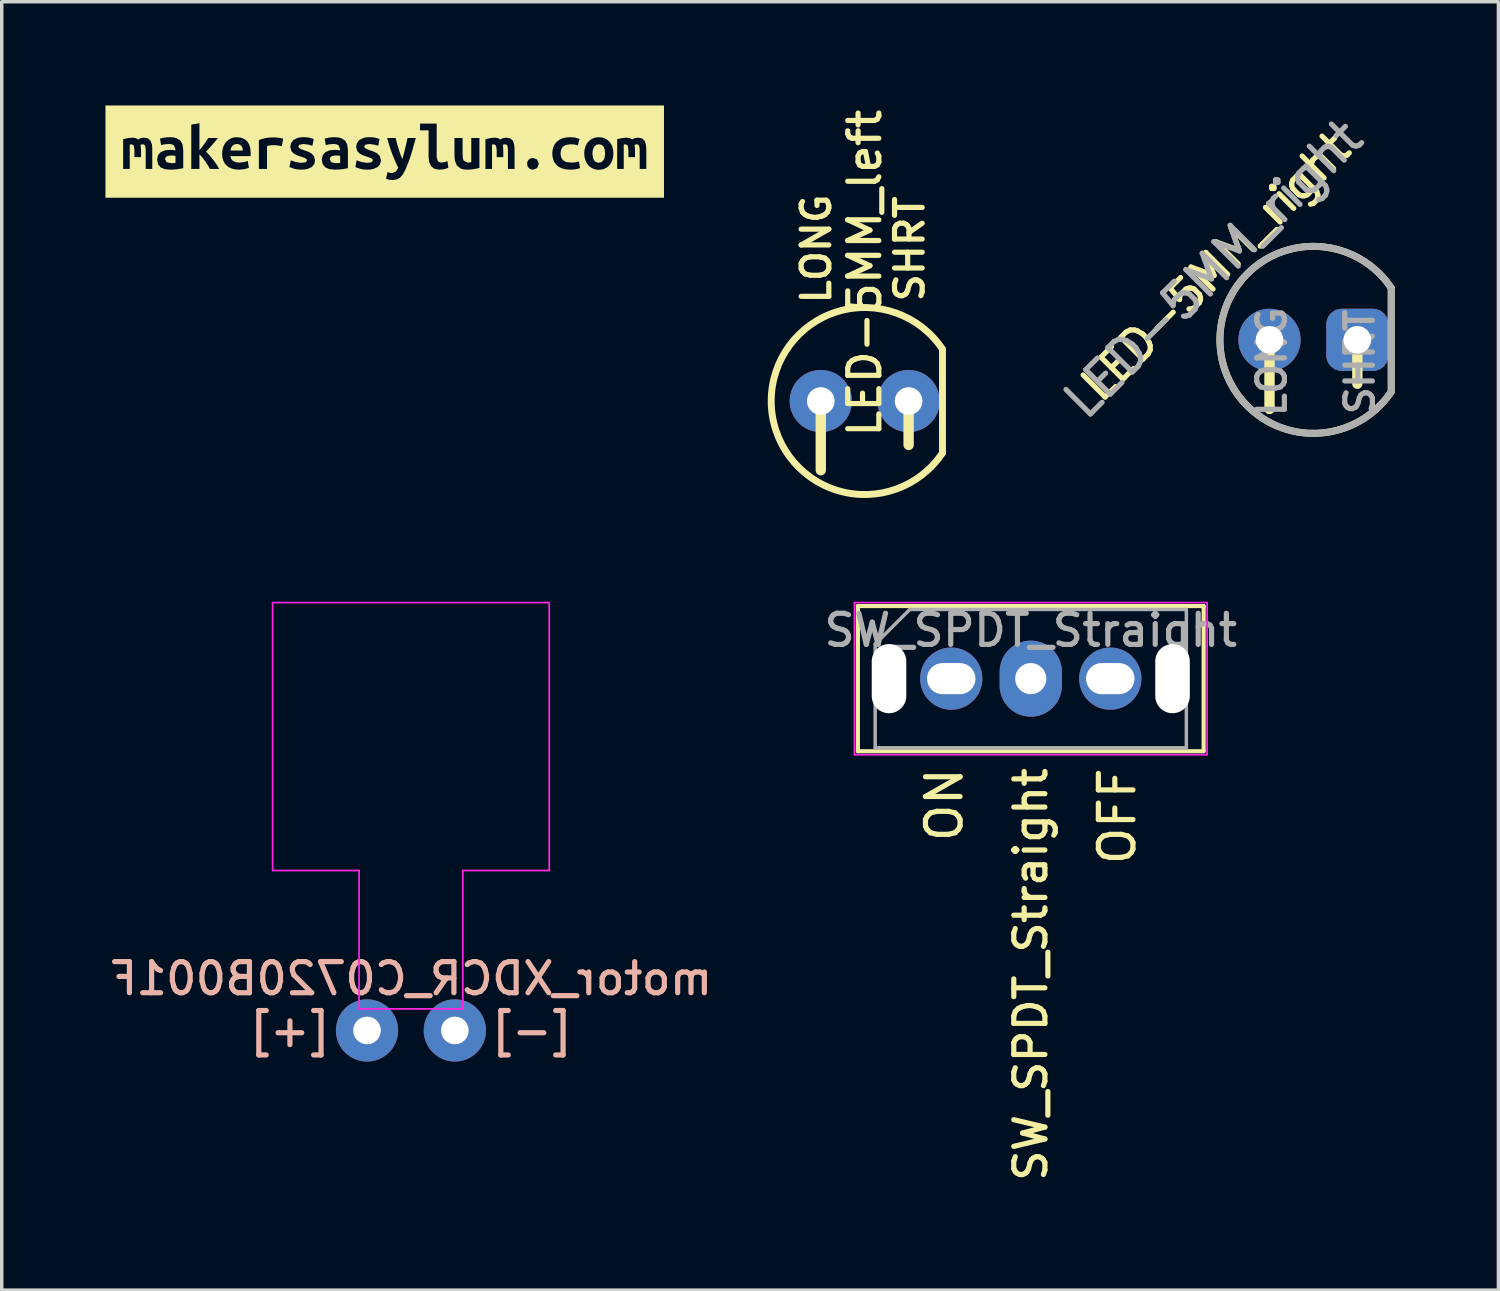
<source format=kicad_pcb>
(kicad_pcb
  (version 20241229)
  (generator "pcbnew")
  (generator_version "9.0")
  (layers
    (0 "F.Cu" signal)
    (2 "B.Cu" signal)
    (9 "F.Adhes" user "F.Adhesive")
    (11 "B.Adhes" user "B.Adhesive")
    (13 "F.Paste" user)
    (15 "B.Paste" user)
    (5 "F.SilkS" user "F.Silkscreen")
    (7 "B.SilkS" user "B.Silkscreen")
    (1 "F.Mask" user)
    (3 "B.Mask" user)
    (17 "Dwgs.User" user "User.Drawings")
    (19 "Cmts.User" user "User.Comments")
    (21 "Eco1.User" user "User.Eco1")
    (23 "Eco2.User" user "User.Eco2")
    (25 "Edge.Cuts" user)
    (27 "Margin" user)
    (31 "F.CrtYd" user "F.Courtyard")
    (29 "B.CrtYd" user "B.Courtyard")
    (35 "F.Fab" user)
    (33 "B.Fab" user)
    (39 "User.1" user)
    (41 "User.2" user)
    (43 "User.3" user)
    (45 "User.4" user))
  (footprint "LED-5MM_right"
    (layer "F.Cu")
    (at 34.937 6.779)
    (property "Reference" "LED-5MM_right" (at -2.828 -2.121 225) (layer "F.SilkS") (effects (font (size 0.9 0.9) (thickness 0.15))))
    (attr through_hole)
    (fp_line (start -1.27 0) (end -1.27 2) (stroke (width 0.3) (type solid)) (layer "F.SilkS"))
    (fp_line (start 1.27 0) (end 1.27 1.27) (stroke (width 0.3) (type solid)) (layer "F.SilkS"))
    (fp_line (start 2.25 -1.5) (end 2.25 1.5) (stroke (width 0.2) (type solid)) (layer "F.SilkS"))
    (fp_arc (start 2.25 1.5) (mid -2.704163 0.000469) (end 2.24948 -1.50078) (stroke (width 0.2) (type solid)) (layer "F.SilkS"))
    (fp_line (start 2.25 -1.5) (end 2.25 1.5) (stroke (width 0.2) (type solid)) (layer "F.Fab"))
    (fp_arc (start 2.25 1.5) (mid -2.704163 0.000469) (end 2.24948 -1.50078) (stroke (width 0.2) (type solid)) (layer "F.Fab"))
    (fp_text user "SHRT" (at 1.344 0.636 90) (layer "F.Fab") (effects (font (size 0.8 0.8) (thickness 0.15))))
    (fp_text user "LONG" (at -1.202 0.636 90) (layer "F.Fab") (effects (font (size 0.8 0.8) (thickness 0.15))))
    (fp_text user "${REFERENCE}" (at -2.899 -2.051 45) (layer "F.Fab") (effects (font (size 1 1) (thickness 0.15))))
    (pad "1" thru_hole circle (at -1.27 0) (size 1.8 1.8) (drill 0.8) (layers "*.Cu" "*.Mask"))
    (pad "2" thru_hole roundrect (at 1.27 0) (size 1.8 1.8) (drill 0.8) (layers "*.Cu" "*.Mask") (roundrect_rratio 0.25)))
  (footprint "SW_SPDT_Straight"
    (layer "F.Cu")
    (at 26.762 16.578)
    (property "Reference" "SW_SPDT_Straight" (at 0 2.5 90) (layer "F.SilkS") (effects (font (size 0.9 0.9) (thickness 0.15)) (justify right)))
    (attr through_hole)
    (fp_line (start -5 -2.1) (end 5 -2.1) (stroke (width 0.12) (type solid)) (layer "F.SilkS"))
    (fp_line (start -5 2.1) (end -5 -2.1) (stroke (width 0.12) (type solid)) (layer "F.SilkS"))
    (fp_line (start 5 -2.1) (end 5 2.1) (stroke (width 0.12) (type solid)) (layer "F.SilkS"))
    (fp_line (start 5 2.1) (end -5 2.1) (stroke (width 0.12) (type solid)) (layer "F.SilkS"))
    (fp_line (start -5.1 -2.2) (end 5.1 -2.2) (stroke (width 0.05) (type solid)) (layer "F.CrtYd"))
    (fp_line (start -5.1 2.2) (end -5.1 -2.2) (stroke (width 0.05) (type solid)) (layer "F.CrtYd"))
    (fp_line (start 5.1 -2.2) (end 5.1 2.2) (stroke (width 0.05) (type solid)) (layer "F.CrtYd"))
    (fp_line (start 5.1 2.2) (end -5.1 2.2) (stroke (width 0.05) (type solid)) (layer "F.CrtYd"))
    (fp_line (start -4.5 2) (end -4.5 -1) (stroke (width 0.1) (type solid)) (layer "F.Fab"))
    (fp_line (start -3.5 -2) (end -4.5 -1) (stroke (width 0.1) (type solid)) (layer "F.Fab"))
    (fp_line (start -3.5 -2) (end 4.5 -2) (stroke (width 0.1) (type solid)) (layer "F.Fab"))
    (fp_line (start 4.5 -2) (end 4.5 2) (stroke (width 0.1) (type solid)) (layer "F.Fab"))
    (fp_line (start 4.5 2) (end -4.5 2) (stroke (width 0.1) (type solid)) (layer "F.Fab"))
    (fp_text user "OFF" (at 2.5 2.5 270) (layer "F.SilkS") (effects (font (size 1 1) (thickness 0.15)) (justify right)))
    (fp_text user "ON" (at -2.5 2.5 270) (layer "F.SilkS") (effects (font (size 1 1) (thickness 0.15)) (justify right)))
    (fp_text user "${REFERENCE}" (at 0 -1.4 0) (layer "F.Fab") (effects (font (size 0.9 0.9) (thickness 0.15))))
    (pad "" np_thru_hole oval (at -4.1 0) (size 1 2) (drill oval 1 2) (layers "*.Cu" "*.Mask"))
    (pad "" np_thru_hole oval (at 4.1 0) (size 1 2) (drill oval 1 2) (layers "*.Cu" "*.Mask"))
    (pad "1" thru_hole oval (at -2.3 0) (size 1.8 1.8) (drill oval 1.4 0.9) (layers "*.Cu" "*.Mask"))
    (pad "2" thru_hole oval (at 0 0) (size 1.8 2.2) (drill 0.9) (layers "*.Cu" "*.Mask"))
    (pad "3" thru_hole oval (at 2.3 0) (size 1.8 1.8) (drill oval 1.4 0.9) (layers "*.Cu" "*.Mask")))
  (footprint "LED-5MM_left"
    (layer "F.Cu")
    (at 21.959 8.549)
    (property "Reference" "LED-5MM_left" (at 0 -3.7 270) (layer "F.SilkS") (effects (font (size 0.9 0.9) (thickness 0.15))))
    (attr through_hole)
    (fp_line (start -1.27 0) (end -1.27 2) (stroke (width 0.3) (type solid)) (layer "F.SilkS"))
    (fp_line (start 1.27 0) (end 1.27 1.27) (stroke (width 0.3) (type solid)) (layer "F.SilkS"))
    (fp_line (start 2.25 -1.5) (end 2.25 1.5) (stroke (width 0.2) (type solid)) (layer "F.SilkS"))
    (fp_arc (start 2.25 1.5) (mid -2.704163 0.000469) (end 2.24948 -1.50078) (stroke (width 0.2) (type solid)) (layer "F.SilkS"))
    (fp_text user "SHRT" (at 1.3 -4.4 90) (layer "F.SilkS") (effects (font (size 0.8 0.8) (thickness 0.15))))
    (fp_text user "LONG" (at -1.4 -4.4 90) (layer "F.SilkS") (effects (font (size 0.8 0.8) (thickness 0.15))))
    (pad "1" thru_hole circle (at -1.27 0) (size 1.8 1.8) (drill 0.8) (layers "*.Cu" "*.Mask"))
    (pad "2" thru_hole circle (at 1.27 0) (size 1.8 1.8) (drill 0.8) (layers "*.Cu" "*.Mask")))
  (footprint "label_website"
    (layer "F.Cu")
    (at 8.077 1.335)
    (property "Reference" "label_website" (at 0 -1.334 0) (layer "F.SilkS") (effects (font (size 0.001 0.001) (thickness 0.000003))))
    (attr exclude_from_pos_files exclude_from_bom)
    (fp_poly (pts (xy -4.103 -0.032) (xy -4.113 -0.102) (xy -4.143 -0.162) (xy -4.197 -0.205) (xy -4.277 -0.221) (xy -4.356 -0.206) (xy -4.411 -0.164) (xy -4.445 -0.103) (xy -4.462 -0.032) (xy -4.103 -0.032)) (stroke (width 0) (type solid)) (fill yes) (layer "F.SilkS"))
    (fp_poly (pts (xy -6.189 0.333) (xy -6.115 0.332) (xy -6.052 0.328) (xy -6.052 0.122) (xy -6.107 0.115) (xy -6.166 0.112) (xy -6.237 0.117) (xy -6.297 0.133) (xy -6.338 0.166) (xy -6.353 0.221) (xy -6.307 0.308) (xy -6.189 0.333)) (stroke (width 0) (type solid)) (fill yes) (layer "F.SilkS"))
    (fp_poly (pts (xy -1.427 0.333) (xy -1.353 0.332) (xy -1.29 0.328) (xy -1.29 0.122) (xy -1.345 0.115) (xy -1.404 0.112) (xy -1.474 0.117) (xy -1.534 0.133) (xy -1.575 0.166) (xy -1.591 0.221) (xy -1.545 0.308) (xy -1.427 0.333)) (stroke (width 0) (type solid)) (fill yes) (layer "F.SilkS"))
    (fp_poly (pts (xy 6.008 0.053) (xy 6.019 0.162) (xy 6.051 0.248) (xy 6.107 0.303) (xy 6.189 0.322) (xy 6.27 0.303) (xy 6.327 0.248) (xy 6.362 0.162) (xy 6.374 0.053) (xy 6.363 -0.055) (xy 6.331 -0.14) (xy 6.275 -0.195) (xy 6.193 -0.213) (xy 6.113 -0.195) (xy 6.055 -0.14) (xy 6.02 -0.055) (xy 6.008 0.053)) (stroke (width 0) (type solid)) (fill yes) (layer "F.SilkS"))
    (fp_poly (pts (xy -7.565 -1.334) (xy -6.967 -0.404) (xy -6.845 -0.381) (xy -6.769 -0.312) (xy -6.732 -0.197) (xy -6.725 -0.122) (xy -6.723 -0.034) (xy -6.467 -0.189) (xy -6.5 -0.377) (xy -6.376 -0.405) (xy -6.295 -0.414) (xy -6.21 -0.417) (xy -6.109 -0.411) (xy -6.026 -0.391) (xy -5.909 -0.319) (xy -5.846 -0.205) (xy -5.827 -0.053) (xy -5.595 0.501) (xy -5.595 -0.781) (xy -5.359 -0.821) (xy -5.359 -0.04) (xy -5.289 -0.125) (xy -5.221 -0.217) (xy -5.157 -0.31) (xy -5.103 -0.394) (xy -4.822 -0.394) (xy -4.9 -0.299) (xy -4.99 -0.194) (xy -5.083 -0.091) (xy -4.703 0.061) (xy -4.694 -0.05) (xy -4.667 -0.147) (xy -4.625 -0.229) (xy -4.572 -0.296) (xy -4.509 -0.349) (xy -4.437 -0.387) (xy -4.36 -0.41) (xy -4.281 -0.417) (xy -4.159 -0.404) (xy -4.059 -0.365) (xy -3.98 -0.3) (xy -3.922 -0.21) (xy -3.888 -0.096) (xy -3.877 0.042) (xy -3.878 0.09) (xy -3.64 0.501) (xy -3.64 -0.335) (xy -3.546 -0.366) (xy -3.449 -0.391) (xy -3.343 -0.406) (xy -3.219 -0.411) (xy -3.165 -0.41) (xy -3.09 -0.403) (xy -3.009 -0.391) (xy -2.936 -0.373) (xy -2.978 -0.156) (xy -3.032 -0.168) (xy -3.096 -0.178) (xy -3.158 -0.185) (xy -3.21 -0.187) (xy -3.307 -0.182) (xy -3.404 -0.164) (xy -2.423 0.324) (xy -2.292 0.311) (xy -2.246 0.261) (xy -2.26 0.219) (xy -2.3 0.19) (xy -2.359 0.166) (xy -2.429 0.143) (xy -2.534 0.108) (xy -2.631 0.057) (xy -2.703 -0.02) (xy -2.732 -0.137) (xy -2.71 -0.245) (xy -2.641 -0.334) (xy -2.522 -0.395) (xy -2.443 -0.412) (xy -2.349 -0.417) (xy -2.264 -0.414) (xy -1.448 -0.417) (xy -1.347 -0.411) (xy -1.264 -0.391) (xy -1.147 -0.319) (xy -1.084 -0.205) (xy -1.065 -0.053) (xy -0.518 0.324) (xy -0.387 0.311) (xy -0.341 0.261) (xy -0.355 0.219) (xy -0.395 0.19) (xy -0.454 0.166) (xy -0.524 0.143) (xy -0.629 0.108) (xy -0.726 0.057) (xy -0.798 -0.02) (xy -0.827 -0.137) (xy -0.805 -0.245) (xy -0.736 -0.334) (xy -0.617 -0.395) (xy -0.538 -0.412) (xy -0.444 -0.417) (xy -0.359 -0.414) (xy -0.281 -0.404) (xy -0.15 -0.366) (xy 0.106 -0.267) (xy 0.07 -0.394) (xy 0.314 -0.394) (xy 0.353 -0.244) (xy 0.376 -0.164) (xy 0.4 -0.084) (xy 0.426 -0.005) (xy 0.452 0.073) (xy 0.509 0.217) (xy 0.549 0.073) (xy 0.569 -0.004) (xy 0.589 -0.083) (xy 0.607 -0.162) (xy 0.626 -0.242) (xy 0.659 -0.394) (xy 0.899 -0.394) (xy 0.864 -0.27) (xy 0.83 -0.148) (xy 0.796 -0.028) (xy 0.76 0.089) (xy 0.723 0.203) (xy 0.683 0.314) (xy 0.64 0.423) (xy 0.594 0.53) (xy 1.439 0.498) (xy 1.343 0.426) (xy 1.287 0.307) (xy 1.269 0.145) (xy 1.269 -0.615) (xy 1.021 -0.615) (xy 1.021 -0.81) (xy 1.503 -0.81) (xy 1.503 0.162) (xy 1.539 0.286) (xy 1.631 0.318) (xy 1.749 0.299) (xy 1.812 0.274) (xy 1.842 0.463) (xy 1.816 0.476) (xy 1.764 0.496) (xy 1.685 0.514) (xy 1.579 0.522) (xy 1.439 0.498) (xy 0.594 0.53) (xy 0.523 0.661) (xy 0.445 0.752) (xy 0.35 0.804) (xy 0.227 0.821) (xy 0.119 0.812) (xy 0.038 0.787) (xy 0.082 0.591) (xy 0.15 0.614) (xy 0.213 0.621) (xy 0.324 0.575) (xy 0.391 0.467) (xy 0.335 0.35) (xy 0.279 0.222) (xy 0.223 0.083) (xy 0.182 -0.028) (xy 0.143 -0.145) (xy 0.106 -0.267) (xy -0.15 -0.366) (xy -0.187 -0.168) (xy -0.288 -0.199) (xy -0.442 -0.221) (xy -0.563 -0.199) (xy -0.594 -0.152) (xy -0.58 -0.115) (xy -0.542 -0.086) (xy -0.487 -0.06) (xy -0.419 -0.036) (xy -0.312 0.002) (xy -0.212 0.054) (xy -0.139 0.134) (xy -0.11 0.253) (xy -0.131 0.358) (xy -0.201 0.444) (xy -0.328 0.501) (xy -0.415 0.517) (xy -0.52 0.522) (xy -0.628 0.515) (xy -0.718 0.495) (xy -0.85 0.448) (xy -0.813 0.251) (xy -0.672 0.301) (xy -0.518 0.324) (xy -1.065 -0.053) (xy -1.065 0.48) (xy -1.217 0.507) (xy -1.324 0.518) (xy -1.444 0.522) (xy -1.599 0.507) (xy -1.718 0.456) (xy -1.795 0.365) (xy -1.821 0.227) (xy -1.791 0.095) (xy -1.709 0.01) (xy -1.591 -0.037) (xy -1.452 -0.051) (xy -1.365 -0.048) (xy -1.29 -0.036) (xy -1.29 -0.065) (xy -1.332 -0.176) (xy -1.389 -0.21) (xy -1.476 -0.221) (xy -1.605 -0.211) (xy -1.705 -0.189) (xy -1.737 -0.377) (xy -1.614 -0.405) (xy -1.532 -0.414) (xy -1.448 -0.417) (xy -2.264 -0.414) (xy -2.186 -0.404) (xy -2.055 -0.366) (xy -2.092 -0.168) (xy -2.193 -0.199) (xy -2.347 -0.221) (xy -2.468 -0.199) (xy -2.499 -0.152) (xy -2.485 -0.115) (xy -2.447 -0.086) (xy -2.392 -0.06) (xy -2.324 -0.036) (xy -2.217 0.002) (xy -2.117 0.054) (xy -2.044 0.134) (xy -2.015 0.253) (xy -2.036 0.358) (xy -2.106 0.444) (xy -2.233 0.501) (xy -2.32 0.517) (xy -2.425 0.522) (xy -2.533 0.515) (xy -2.623 0.495) (xy -2.755 0.448) (xy -2.718 0.251) (xy -2.577 0.301) (xy -2.423 0.324) (xy -3.404 -0.164) (xy -3.404 0.501) (xy -3.64 0.501) (xy -3.878 0.09) (xy -3.88 0.13) (xy -4.462 0.13) (xy -4.443 0.208) (xy -4.389 0.268) (xy -4.306 0.306) (xy -4.202 0.318) (xy -4.068 0.303) (xy -3.96 0.272) (xy -3.928 0.472) (xy -4.058 0.508) (xy -4.212 0.522) (xy -4.32 0.515) (xy -4.417 0.492) (xy -4.501 0.456) (xy -4.571 0.405) (xy -4.627 0.34) (xy -4.669 0.261) (xy -4.695 0.168) (xy -4.703 0.061) (xy -5.083 -0.091) (xy -5.168 0) (xy -5.065 0.11) (xy -5.011 0.175) (xy -4.957 0.242) (xy -4.906 0.311) (xy -4.859 0.379) (xy -4.787 0.501) (xy -5.056 0.501) (xy -5.116 0.393) (xy -5.195 0.275) (xy -5.28 0.165) (xy -5.359 0.078) (xy -5.359 0.501) (xy -5.595 0.501) (xy -5.827 -0.053) (xy -5.827 0.48) (xy -5.98 0.507) (xy -6.087 0.518) (xy -6.206 0.522) (xy -6.362 0.507) (xy -6.481 0.456) (xy -6.557 0.365) (xy -6.584 0.227) (xy -6.553 0.095) (xy -6.471 0.01) (xy -6.353 -0.037) (xy -6.214 -0.051) (xy -6.128 -0.048) (xy -6.052 -0.036) (xy -6.052 -0.065) (xy -6.094 -0.176) (xy -6.151 -0.21) (xy -6.239 -0.221) (xy -6.367 -0.211) (xy -6.467 -0.189) (xy -6.723 -0.034) (xy -6.723 0.501) (xy -6.913 0.501) (xy -6.913 -0.046) (xy -6.92 -0.131) (xy -6.937 -0.181) (xy -6.962 -0.204) (xy -6.991 -0.21) (xy -7.028 -0.207) (xy -7.062 -0.196) (xy -7.052 -0.116) (xy -7.048 -0.019) (xy -7.048 0.16) (xy -7.239 0.16) (xy -7.239 -0.046) (xy -7.257 -0.173) (xy -7.315 -0.21) (xy -7.343 -0.208) (xy -7.374 -0.202) (xy -7.374 0.501) (xy -7.565 0.501) (xy -7.565 -0.36) (xy -7.418 -0.392) (xy -7.29 -0.404) (xy -7.202 -0.391) (xy -7.134 -0.351) (xy -7.058 -0.388) (xy -6.967 -0.404) (xy -7.565 -1.334) (xy -8.077 -1.334) (xy -8.077 1.334) (xy -7.565 1.334) (xy 7.565 1.334) (xy 2.739 0.471) (xy 2.668 0.488) (xy 2.582 0.505) (xy 2.486 0.518) (xy 2.381 0.522) (xy 2.281 0.514) (xy 2.2 0.491) (xy 2.089 0.405) (xy 2.033 0.272) (xy 2.021 0.192) (xy 2.017 0.105) (xy 2.017 -0.394) (xy 2.252 -0.394) (xy 2.252 0.074) (xy 2.259 0.182) (xy 2.281 0.258) (xy 2.396 0.318) (xy 2.503 0.309) (xy 2.503 -0.394) (xy 2.739 -0.394) (xy 2.739 0.471) (xy 7.565 1.334) (xy 8.077 1.334) (xy 4.458 0.351) (xy 4.406 0.478) (xy 4.288 0.522) (xy 4.223 0.511) (xy 4.169 0.477) (xy 4.131 0.424) (xy 4.117 0.351) (xy 4.131 0.279) (xy 4.169 0.227) (xy 4.223 0.194) (xy 4.288 0.183) (xy 4.406 0.227) (xy 4.458 0.351) (xy 8.077 1.334) (xy 8.077 -1.334) (xy 3.511 -0.404) (xy 3.633 -0.381) (xy 3.708 -0.312) (xy 3.745 -0.197) (xy 4.846 0.053) (xy 4.854 -0.041) (xy 4.877 -0.13) (xy 4.915 -0.21) (xy 4.97 -0.279) (xy 5.041 -0.336) (xy 5.129 -0.38) (xy 5.235 -0.408) (xy 5.359 -0.417) (xy 5.504 -0.406) (xy 5.635 -0.368) (xy 5.584 -0.179) (xy 5.499 -0.203) (xy 5.38 -0.213) (xy 5.24 -0.193) (xy 5.149 -0.138) (xy 5.778 -0.049) (xy 5.802 -0.14) (xy 5.839 -0.221) (xy 5.889 -0.289) (xy 5.951 -0.343) (xy 6.024 -0.384) (xy 6.105 -0.409) (xy 6.193 -0.417) (xy 6.282 -0.409) (xy 7.321 -0.404) (xy 7.443 -0.381) (xy 7.518 -0.312) (xy 7.555 -0.197) (xy 7.562 -0.122) (xy 7.565 -0.034) (xy 7.565 0.501) (xy 7.374 0.501) (xy 7.374 -0.046) (xy 7.368 -0.131) (xy 7.35 -0.181) (xy 7.326 -0.204) (xy 7.296 -0.21) (xy 7.26 -0.207) (xy 7.226 -0.196) (xy 7.235 -0.116) (xy 7.239 -0.019) (xy 7.239 0.16) (xy 7.048 0.16) (xy 7.048 -0.046) (xy 7.03 -0.173) (xy 6.972 -0.21) (xy 6.945 -0.208) (xy 6.913 -0.202) (xy 6.913 0.501) (xy 6.723 0.501) (xy 6.723 -0.36) (xy 6.869 -0.392) (xy 6.997 -0.404) (xy 7.086 -0.391) (xy 7.153 -0.351) (xy 7.229 -0.388) (xy 7.321 -0.404) (xy 6.282 -0.409) (xy 6.364 -0.384) (xy 6.436 -0.343) (xy 6.497 -0.289) (xy 6.547 -0.221) (xy 6.584 -0.14) (xy 6.607 -0.049) (xy 6.614 0.051) (xy 6.607 0.153) (xy 6.584 0.245) (xy 6.547 0.326) (xy 6.498 0.394) (xy 6.437 0.45) (xy 6.366 0.491) (xy 6.284 0.517) (xy 6.193 0.526) (xy 6.102 0.517) (xy 6.021 0.491) (xy 5.949 0.45) (xy 5.887 0.394) (xy 5.838 0.326) (xy 5.801 0.245) (xy 5.778 0.153) (xy 5.77 0.051) (xy 5.778 -0.049) (xy 5.149 -0.138) (xy 5.1 -0.053) (xy 5.084 0.053) (xy 5.102 0.164) (xy 5.154 0.248) (xy 5.248 0.301) (xy 5.391 0.318) (xy 5.506 0.311) (xy 5.616 0.286) (xy 5.65 0.478) (xy 5.53 0.51) (xy 5.454 0.519) (xy 5.364 0.522) (xy 5.237 0.513) (xy 5.129 0.486) (xy 5.04 0.443) (xy 4.968 0.387) (xy 4.914 0.318) (xy 4.876 0.238) (xy 4.854 0.149) (xy 4.846 0.053) (xy 3.745 -0.197) (xy 3.752 -0.122) (xy 3.755 -0.034) (xy 3.755 0.501) (xy 3.564 0.501) (xy 3.564 -0.046) (xy 3.558 -0.131) (xy 3.54 -0.181) (xy 3.516 -0.204) (xy 3.486 -0.21) (xy 3.45 -0.207) (xy 3.416 -0.196) (xy 3.425 -0.116) (xy 3.429 -0.019) (xy 3.429 0.16) (xy 3.239 0.16) (xy 3.239 -0.046) (xy 3.22 -0.173) (xy 3.162 -0.21) (xy 3.135 -0.208) (xy 3.103 -0.202) (xy 3.103 0.501) (xy 2.913 0.501) (xy 2.913 -0.36) (xy 3.059 -0.392) (xy 3.187 -0.404) (xy 3.276 -0.391) (xy 3.343 -0.351) (xy 3.419 -0.388) (xy 3.511 -0.404) (xy 8.077 -1.334) (xy 7.565 -1.334) (xy -7.565 -1.334)) (stroke (width 0) (type solid)) (fill yes) (layer "F.SilkS")))
  (footprint "motor_XDCR_C0720B001F"
    (layer "F.Cu")
    (at 8.835 26.753)
    (property "Reference" "motor_XDCR_C0720B001F" (at 0 -1.5 0) (layer "B.SilkS") (effects (font (size 0.9 0.9) (thickness 0.15)) (justify mirror)))
    (attr through_hole)
    (fp_line (start -4 -12.375) (end 4 -12.375) (stroke (width 0.05) (type solid)) (layer "F.CrtYd"))
    (fp_line (start -4 -4.625) (end -4 -12.375) (stroke (width 0.05) (type solid)) (layer "F.CrtYd"))
    (fp_line (start -1.5 -4.625) (end -4 -4.625) (stroke (width 0.05) (type solid)) (layer "F.CrtYd"))
    (fp_line (start -1.5 -0.625) (end -1.5 -4.625) (stroke (width 0.05) (type solid)) (layer "F.CrtYd"))
    (fp_line (start 1.5 -4.625) (end 1.5 -0.625) (stroke (width 0.05) (type solid)) (layer "F.CrtYd"))
    (fp_line (start 1.5 -0.625) (end -1.5 -0.625) (stroke (width 0.05) (type solid)) (layer "F.CrtYd"))
    (fp_line (start 4 -12.375) (end 4 -4.625) (stroke (width 0.05) (type solid)) (layer "F.CrtYd"))
    (fp_line (start 4 -4.625) (end 1.5 -4.625) (stroke (width 0.05) (type solid)) (layer "F.CrtYd"))
    (fp_text user "[-]" (at 3.5 0 180) (layer "B.SilkS") (effects (font (size 0.9 0.9) (thickness 0.15)) (justify mirror)))
    (fp_text user "[+]" (at -3.5 0 180) (layer "B.SilkS") (effects (font (size 0.9 0.9) (thickness 0.15)) (justify mirror)))
    (pad "1" thru_hole circle (at -1.27 0) (size 1.8 1.8) (drill 0.8) (layers "*.Cu" "*.Mask"))
    (pad "2" thru_hole circle (at 1.27 0) (size 1.8 1.8) (drill 0.8) (layers "*.Cu" "*.Mask")))
  (gr_rect
    (start -3 -3)
    (end 40.287 34.263)
    (stroke (width 0.1) (type default))
    (fill no)
    (layer "Edge.Cuts")))
</source>
